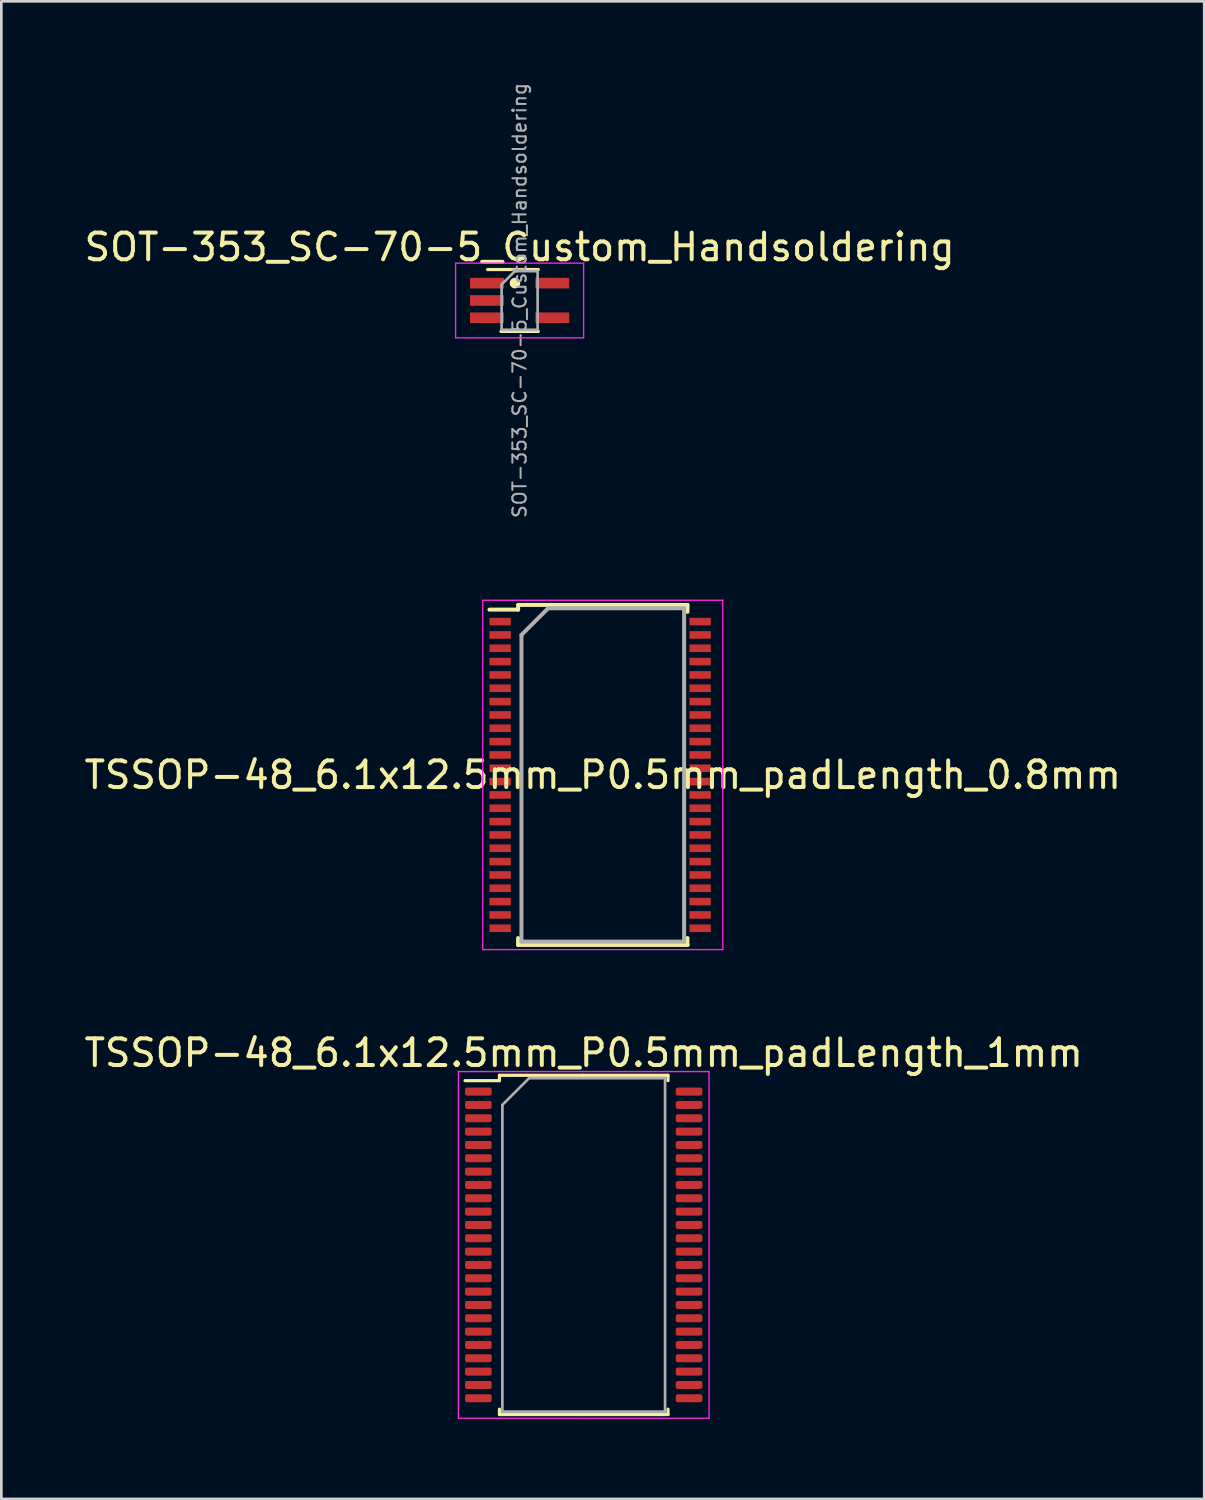
<source format=kicad_pcb>
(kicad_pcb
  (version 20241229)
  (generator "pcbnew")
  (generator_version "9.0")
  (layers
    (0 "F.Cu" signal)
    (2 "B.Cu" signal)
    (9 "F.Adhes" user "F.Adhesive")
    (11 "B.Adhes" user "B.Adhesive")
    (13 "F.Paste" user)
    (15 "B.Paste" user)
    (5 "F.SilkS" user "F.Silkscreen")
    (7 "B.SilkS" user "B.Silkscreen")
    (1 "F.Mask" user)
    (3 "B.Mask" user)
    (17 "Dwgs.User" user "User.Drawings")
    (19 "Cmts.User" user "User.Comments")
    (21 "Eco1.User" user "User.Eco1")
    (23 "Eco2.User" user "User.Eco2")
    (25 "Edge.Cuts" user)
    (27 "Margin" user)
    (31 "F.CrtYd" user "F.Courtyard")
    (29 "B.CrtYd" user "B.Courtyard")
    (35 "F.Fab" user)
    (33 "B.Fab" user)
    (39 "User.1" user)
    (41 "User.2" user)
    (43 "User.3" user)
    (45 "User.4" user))
  (footprint "TSSOP-48_6.1x12.5mm_P0.5mm_padLength_1mm"
    (layer "F.Cu")
    (at 18.839 43.633)
    (property "Reference" "TSSOP-48_6.1x12.5mm_P0.5mm_padLength_1mm" (at 0 -7.2 180) (layer "F.SilkS") (effects (font (size 1 1) (thickness 0.15))))
    (attr smd)
    (fp_line (start -3.16 -6.36) (end -3.16 -6.16) (stroke (width 0.12) (type solid)) (layer "F.SilkS"))
    (fp_line (start -3.16 -6.16) (end -4.45 -6.16) (stroke (width 0.12) (type solid)) (layer "F.SilkS"))
    (fp_line (start -3.16 6.36) (end -3.16 6.16) (stroke (width 0.12) (type solid)) (layer "F.SilkS"))
    (fp_line (start 0 -6.36) (end -3.16 -6.36) (stroke (width 0.12) (type solid)) (layer "F.SilkS"))
    (fp_line (start 0 -6.36) (end 3.16 -6.36) (stroke (width 0.12) (type solid)) (layer "F.SilkS"))
    (fp_line (start 0 6.36) (end -3.16 6.36) (stroke (width 0.12) (type solid)) (layer "F.SilkS"))
    (fp_line (start 0 6.36) (end 3.16 6.36) (stroke (width 0.12) (type solid)) (layer "F.SilkS"))
    (fp_line (start 3.16 -6.36) (end 3.16 -6.16) (stroke (width 0.12) (type solid)) (layer "F.SilkS"))
    (fp_line (start 3.16 6.36) (end 3.16 6.16) (stroke (width 0.12) (type solid)) (layer "F.SilkS"))
    (fp_line (start -4.7 -6.5) (end -4.7 6.5) (stroke (width 0.05) (type solid)) (layer "F.CrtYd"))
    (fp_line (start -4.7 6.5) (end 4.7 6.5) (stroke (width 0.05) (type solid)) (layer "F.CrtYd"))
    (fp_line (start 4.7 -6.5) (end -4.7 -6.5) (stroke (width 0.05) (type solid)) (layer "F.CrtYd"))
    (fp_line (start 4.7 6.5) (end 4.7 -6.5) (stroke (width 0.05) (type solid)) (layer "F.CrtYd"))
    (fp_line (start -3.05 -5.25) (end -2.05 -6.25) (stroke (width 0.1) (type solid)) (layer "F.Fab"))
    (fp_line (start -3.05 6.25) (end -3.05 -5.25) (stroke (width 0.1) (type solid)) (layer "F.Fab"))
    (fp_line (start -2.05 -6.25) (end 3.05 -6.25) (stroke (width 0.1) (type solid)) (layer "F.Fab"))
    (fp_line (start 3.05 -6.25) (end 3.05 6.25) (stroke (width 0.1) (type solid)) (layer "F.Fab"))
    (fp_line (start 3.05 6.25) (end -3.05 6.25) (stroke (width 0.1) (type solid)) (layer "F.Fab"))
    (pad "1" smd roundrect (at -3.95 -5.75) (size 1 0.3) (layers "F.Cu" "F.Mask" "F.Paste") (roundrect_rratio 0.25))
    (pad "2" smd roundrect (at -3.95 -5.25) (size 1 0.3) (layers "F.Cu" "F.Mask" "F.Paste") (roundrect_rratio 0.25))
    (pad "3" smd roundrect (at -3.95 -4.75) (size 1 0.3) (layers "F.Cu" "F.Mask" "F.Paste") (roundrect_rratio 0.25))
    (pad "4" smd roundrect (at -3.95 -4.25) (size 1 0.3) (layers "F.Cu" "F.Mask" "F.Paste") (roundrect_rratio 0.25))
    (pad "5" smd roundrect (at -3.95 -3.75) (size 1 0.3) (layers "F.Cu" "F.Mask" "F.Paste") (roundrect_rratio 0.25))
    (pad "6" smd roundrect (at -3.95 -3.25) (size 1 0.3) (layers "F.Cu" "F.Mask" "F.Paste") (roundrect_rratio 0.25))
    (pad "7" smd roundrect (at -3.95 -2.75) (size 1 0.3) (layers "F.Cu" "F.Mask" "F.Paste") (roundrect_rratio 0.25))
    (pad "8" smd roundrect (at -3.95 -2.25) (size 1 0.3) (layers "F.Cu" "F.Mask" "F.Paste") (roundrect_rratio 0.25))
    (pad "9" smd roundrect (at -3.95 -1.75) (size 1 0.3) (layers "F.Cu" "F.Mask" "F.Paste") (roundrect_rratio 0.25))
    (pad "10" smd roundrect (at -3.95 -1.25) (size 1 0.3) (layers "F.Cu" "F.Mask" "F.Paste") (roundrect_rratio 0.25))
    (pad "11" smd roundrect (at -3.95 -0.75) (size 1 0.3) (layers "F.Cu" "F.Mask" "F.Paste") (roundrect_rratio 0.25))
    (pad "12" smd roundrect (at -3.95 -0.25) (size 1 0.3) (layers "F.Cu" "F.Mask" "F.Paste") (roundrect_rratio 0.25))
    (pad "13" smd roundrect (at -3.95 0.25) (size 1 0.3) (layers "F.Cu" "F.Mask" "F.Paste") (roundrect_rratio 0.25))
    (pad "14" smd roundrect (at -3.95 0.75) (size 1 0.3) (layers "F.Cu" "F.Mask" "F.Paste") (roundrect_rratio 0.25))
    (pad "15" smd roundrect (at -3.95 1.25) (size 1 0.3) (layers "F.Cu" "F.Mask" "F.Paste") (roundrect_rratio 0.25))
    (pad "16" smd roundrect (at -3.95 1.75) (size 1 0.3) (layers "F.Cu" "F.Mask" "F.Paste") (roundrect_rratio 0.25))
    (pad "17" smd roundrect (at -3.95 2.25) (size 1 0.3) (layers "F.Cu" "F.Mask" "F.Paste") (roundrect_rratio 0.25))
    (pad "18" smd roundrect (at -3.95 2.75) (size 1 0.3) (layers "F.Cu" "F.Mask" "F.Paste") (roundrect_rratio 0.25))
    (pad "19" smd roundrect (at -3.95 3.25) (size 1 0.3) (layers "F.Cu" "F.Mask" "F.Paste") (roundrect_rratio 0.25))
    (pad "20" smd roundrect (at -3.95 3.75) (size 1 0.3) (layers "F.Cu" "F.Mask" "F.Paste") (roundrect_rratio 0.25))
    (pad "21" smd roundrect (at -3.95 4.25) (size 1 0.3) (layers "F.Cu" "F.Mask" "F.Paste") (roundrect_rratio 0.25))
    (pad "22" smd roundrect (at -3.95 4.75) (size 1 0.3) (layers "F.Cu" "F.Mask" "F.Paste") (roundrect_rratio 0.25))
    (pad "23" smd roundrect (at -3.95 5.25) (size 1 0.3) (layers "F.Cu" "F.Mask" "F.Paste") (roundrect_rratio 0.25))
    (pad "24" smd roundrect (at -3.95 5.75) (size 1 0.3) (layers "F.Cu" "F.Mask" "F.Paste") (roundrect_rratio 0.25))
    (pad "25" smd roundrect (at 3.95 5.75) (size 1 0.3) (layers "F.Cu" "F.Mask" "F.Paste") (roundrect_rratio 0.25))
    (pad "26" smd roundrect (at 3.95 5.25) (size 1 0.3) (layers "F.Cu" "F.Mask" "F.Paste") (roundrect_rratio 0.25))
    (pad "27" smd roundrect (at 3.95 4.75) (size 1 0.3) (layers "F.Cu" "F.Mask" "F.Paste") (roundrect_rratio 0.25))
    (pad "28" smd roundrect (at 3.95 4.25) (size 1 0.3) (layers "F.Cu" "F.Mask" "F.Paste") (roundrect_rratio 0.25))
    (pad "29" smd roundrect (at 3.95 3.75) (size 1 0.3) (layers "F.Cu" "F.Mask" "F.Paste") (roundrect_rratio 0.25))
    (pad "30" smd roundrect (at 3.95 3.25) (size 1 0.3) (layers "F.Cu" "F.Mask" "F.Paste") (roundrect_rratio 0.25))
    (pad "31" smd roundrect (at 3.95 2.75) (size 1 0.3) (layers "F.Cu" "F.Mask" "F.Paste") (roundrect_rratio 0.25))
    (pad "32" smd roundrect (at 3.95 2.25) (size 1 0.3) (layers "F.Cu" "F.Mask" "F.Paste") (roundrect_rratio 0.25))
    (pad "33" smd roundrect (at 3.95 1.75) (size 1 0.3) (layers "F.Cu" "F.Mask" "F.Paste") (roundrect_rratio 0.25))
    (pad "34" smd roundrect (at 3.95 1.25) (size 1 0.3) (layers "F.Cu" "F.Mask" "F.Paste") (roundrect_rratio 0.25))
    (pad "35" smd roundrect (at 3.95 0.75) (size 1 0.3) (layers "F.Cu" "F.Mask" "F.Paste") (roundrect_rratio 0.25))
    (pad "36" smd roundrect (at 3.95 0.25) (size 1 0.3) (layers "F.Cu" "F.Mask" "F.Paste") (roundrect_rratio 0.25))
    (pad "37" smd roundrect (at 3.95 -0.25) (size 1 0.3) (layers "F.Cu" "F.Mask" "F.Paste") (roundrect_rratio 0.25))
    (pad "38" smd roundrect (at 3.95 -0.75) (size 1 0.3) (layers "F.Cu" "F.Mask" "F.Paste") (roundrect_rratio 0.25))
    (pad "39" smd roundrect (at 3.95 -1.25) (size 1 0.3) (layers "F.Cu" "F.Mask" "F.Paste") (roundrect_rratio 0.25))
    (pad "40" smd roundrect (at 3.95 -1.75) (size 1 0.3) (layers "F.Cu" "F.Mask" "F.Paste") (roundrect_rratio 0.25))
    (pad "41" smd roundrect (at 3.95 -2.25) (size 1 0.3) (layers "F.Cu" "F.Mask" "F.Paste") (roundrect_rratio 0.25))
    (pad "42" smd roundrect (at 3.95 -2.75) (size 1 0.3) (layers "F.Cu" "F.Mask" "F.Paste") (roundrect_rratio 0.25))
    (pad "43" smd roundrect (at 3.95 -3.25) (size 1 0.3) (layers "F.Cu" "F.Mask" "F.Paste") (roundrect_rratio 0.25))
    (pad "44" smd roundrect (at 3.95 -3.75) (size 1 0.3) (layers "F.Cu" "F.Mask" "F.Paste") (roundrect_rratio 0.25))
    (pad "45" smd roundrect (at 3.95 -4.25) (size 1 0.3) (layers "F.Cu" "F.Mask" "F.Paste") (roundrect_rratio 0.25))
    (pad "46" smd roundrect (at 3.95 -4.75) (size 1 0.3) (layers "F.Cu" "F.Mask" "F.Paste") (roundrect_rratio 0.25))
    (pad "47" smd roundrect (at 3.95 -5.25) (size 1 0.3) (layers "F.Cu" "F.Mask" "F.Paste") (roundrect_rratio 0.25))
    (pad "48" smd roundrect (at 3.95 -5.75) (size 1 0.3) (layers "F.Cu" "F.Mask" "F.Paste") (roundrect_rratio 0.25)))
  (footprint "SOT-353_SC-70-5_Custom_Handsoldering"
    (layer "F.Cu")
    (at 16.435 8.217)
    (property "Reference" "SOT-353_SC-70-5_Custom_Handsoldering" (at 0 -2 0) (layer "F.SilkS") (effects (font (size 1 1) (thickness 0.15))))
    (attr smd)
    (fp_line (start -0.7 1.16) (end 0.7 1.16) (stroke (width 0.12) (type solid)) (layer "F.SilkS"))
    (fp_line (start 0.7 -1.16) (end -1.2 -1.16) (stroke (width 0.12) (type solid)) (layer "F.SilkS"))
    (fp_circle (center -0.175 -0.65) (end -0.075 -0.65) (stroke (width 0.2) (type solid)) (fill no) (layer "F.SilkS"))
    (fp_line (start -2.4 -1.4) (end -2.4 1.4) (stroke (width 0.05) (type solid)) (layer "F.CrtYd"))
    (fp_line (start -2.4 -1.4) (end 2.4 -1.4) (stroke (width 0.05) (type solid)) (layer "F.CrtYd"))
    (fp_line (start -2.4 1.4) (end 2.4 1.4) (stroke (width 0.05) (type solid)) (layer "F.CrtYd"))
    (fp_line (start 2.4 1.4) (end 2.4 -1.4) (stroke (width 0.05) (type solid)) (layer "F.CrtYd"))
    (fp_line (start -0.675 -0.6) (end -0.675 1.1) (stroke (width 0.1) (type solid)) (layer "F.Fab"))
    (fp_line (start -0.175 -1.1) (end -0.675 -0.6) (stroke (width 0.1) (type solid)) (layer "F.Fab"))
    (fp_line (start 0.675 -1.1) (end -0.175 -1.1) (stroke (width 0.1) (type solid)) (layer "F.Fab"))
    (fp_line (start 0.675 -1.1) (end 0.675 1.1) (stroke (width 0.1) (type solid)) (layer "F.Fab"))
    (fp_line (start 0.675 1.1) (end -0.675 1.1) (stroke (width 0.1) (type solid)) (layer "F.Fab"))
    (fp_text user "${REFERENCE}" (at 0 0 270) (layer "F.Fab") (effects (font (size 0.5 0.5) (thickness 0.075))))
    (pad "1" smd rect (at -1.225 -0.65) (size 1.27 0.4) (layers "F.Cu" "F.Mask" "F.Paste"))
    (pad "2" smd rect (at -1.225 0) (size 1.27 0.4) (layers "F.Cu" "F.Mask" "F.Paste"))
    (pad "3" smd rect (at -1.225 0.65) (size 1.27 0.4) (layers "F.Cu" "F.Mask" "F.Paste"))
    (pad "4" smd rect (at 1.225 0.65) (size 1.27 0.4) (layers "F.Cu" "F.Mask" "F.Paste"))
    (pad "5" smd rect (at 1.225 -0.65) (size 1.27 0.4) (layers "F.Cu" "F.Mask" "F.Paste")))
  (footprint "TSSOP-48_6.1x12.5mm_P0.5mm_padLength_0.8mm"
    (layer "F.Cu")
    (at 19.554 26.01)
    (property "Reference" "TSSOP-48_6.1x12.5mm_P0.5mm_padLength_0.8mm" (at 0 0 180) (layer "F.SilkS") (effects (font (size 1 1) (thickness 0.15))))
    (attr smd)
    (fp_line (start -3.175 -6.375) (end -3.175 -6.2) (stroke (width 0.15) (type solid)) (layer "F.SilkS"))
    (fp_line (start -3.175 -6.375) (end 3.175 -6.375) (stroke (width 0.15) (type solid)) (layer "F.SilkS"))
    (fp_line (start -3.175 -6.2) (end -4.25 -6.2) (stroke (width 0.15) (type solid)) (layer "F.SilkS"))
    (fp_line (start -3.175 6.375) (end -3.175 6.117) (stroke (width 0.15) (type solid)) (layer "F.SilkS"))
    (fp_line (start -3.175 6.375) (end 3.175 6.375) (stroke (width 0.15) (type solid)) (layer "F.SilkS"))
    (fp_line (start 3.175 -6.375) (end 3.175 -6.117) (stroke (width 0.15) (type solid)) (layer "F.SilkS"))
    (fp_line (start 3.175 6.375) (end 3.175 6.117) (stroke (width 0.15) (type solid)) (layer "F.SilkS"))
    (fp_line (start -4.5 -6.55) (end -4.5 6.55) (stroke (width 0.05) (type solid)) (layer "F.CrtYd"))
    (fp_line (start -4.5 -6.55) (end 4.5 -6.55) (stroke (width 0.05) (type solid)) (layer "F.CrtYd"))
    (fp_line (start -4.5 6.55) (end 4.5 6.55) (stroke (width 0.05) (type solid)) (layer "F.CrtYd"))
    (fp_line (start 4.5 -6.55) (end 4.5 6.55) (stroke (width 0.05) (type solid)) (layer "F.CrtYd"))
    (fp_line (start -3.05 -5.25) (end -2.05 -6.25) (stroke (width 0.15) (type solid)) (layer "F.Fab"))
    (fp_line (start -3.05 6.25) (end -3.05 -5.25) (stroke (width 0.15) (type solid)) (layer "F.Fab"))
    (fp_line (start -2.05 -6.25) (end 3.05 -6.25) (stroke (width 0.15) (type solid)) (layer "F.Fab"))
    (fp_line (start 3.05 -6.25) (end 3.05 6.25) (stroke (width 0.15) (type solid)) (layer "F.Fab"))
    (fp_line (start 3.05 6.25) (end -3.05 6.25) (stroke (width 0.15) (type solid)) (layer "F.Fab"))
    (pad "1" smd rect (at -3.85 -5.75) (size 0.8 0.285) (layers "F.Cu" "F.Mask" "F.Paste"))
    (pad "2" smd rect (at -3.85 -5.25) (size 0.8 0.285) (layers "F.Cu" "F.Mask" "F.Paste"))
    (pad "3" smd rect (at -3.85 -4.75) (size 0.8 0.285) (layers "F.Cu" "F.Mask" "F.Paste"))
    (pad "4" smd rect (at -3.85 -4.25) (size 0.8 0.285) (layers "F.Cu" "F.Mask" "F.Paste"))
    (pad "5" smd rect (at -3.85 -3.75) (size 0.8 0.285) (layers "F.Cu" "F.Mask" "F.Paste"))
    (pad "6" smd rect (at -3.85 -3.25) (size 0.8 0.285) (layers "F.Cu" "F.Mask" "F.Paste"))
    (pad "7" smd rect (at -3.85 -2.75) (size 0.8 0.285) (layers "F.Cu" "F.Mask" "F.Paste"))
    (pad "8" smd rect (at -3.85 -2.25) (size 0.8 0.285) (layers "F.Cu" "F.Mask" "F.Paste"))
    (pad "9" smd rect (at -3.85 -1.75) (size 0.8 0.285) (layers "F.Cu" "F.Mask" "F.Paste"))
    (pad "10" smd rect (at -3.85 -1.25) (size 0.8 0.285) (layers "F.Cu" "F.Mask" "F.Paste"))
    (pad "11" smd rect (at -3.85 -0.75) (size 0.8 0.285) (layers "F.Cu" "F.Mask" "F.Paste"))
    (pad "12" smd rect (at -3.85 -0.25) (size 0.8 0.285) (layers "F.Cu" "F.Mask" "F.Paste"))
    (pad "13" smd rect (at -3.85 0.25) (size 0.8 0.285) (layers "F.Cu" "F.Mask" "F.Paste"))
    (pad "14" smd rect (at -3.85 0.75) (size 0.8 0.285) (layers "F.Cu" "F.Mask" "F.Paste"))
    (pad "15" smd rect (at -3.85 1.25) (size 0.8 0.285) (layers "F.Cu" "F.Mask" "F.Paste"))
    (pad "16" smd rect (at -3.85 1.75) (size 0.8 0.285) (layers "F.Cu" "F.Mask" "F.Paste"))
    (pad "17" smd rect (at -3.85 2.25) (size 0.8 0.285) (layers "F.Cu" "F.Mask" "F.Paste"))
    (pad "18" smd rect (at -3.85 2.75) (size 0.8 0.285) (layers "F.Cu" "F.Mask" "F.Paste"))
    (pad "19" smd rect (at -3.85 3.25) (size 0.8 0.285) (layers "F.Cu" "F.Mask" "F.Paste"))
    (pad "20" smd rect (at -3.85 3.75) (size 0.8 0.285) (layers "F.Cu" "F.Mask" "F.Paste"))
    (pad "21" smd rect (at -3.85 4.25) (size 0.8 0.285) (layers "F.Cu" "F.Mask" "F.Paste"))
    (pad "22" smd rect (at -3.85 4.75) (size 0.8 0.285) (layers "F.Cu" "F.Mask" "F.Paste"))
    (pad "23" smd rect (at -3.85 5.25) (size 0.8 0.285) (layers "F.Cu" "F.Mask" "F.Paste"))
    (pad "24" smd rect (at -3.85 5.75) (size 0.8 0.285) (layers "F.Cu" "F.Mask" "F.Paste"))
    (pad "25" smd rect (at 3.65 5.75) (size 0.8 0.285) (layers "F.Cu" "F.Mask" "F.Paste"))
    (pad "26" smd rect (at 3.65 5.25) (size 0.8 0.285) (layers "F.Cu" "F.Mask" "F.Paste"))
    (pad "27" smd rect (at 3.65 4.75) (size 0.8 0.285) (layers "F.Cu" "F.Mask" "F.Paste"))
    (pad "28" smd rect (at 3.65 4.25) (size 0.8 0.285) (layers "F.Cu" "F.Mask" "F.Paste"))
    (pad "29" smd rect (at 3.65 3.75) (size 0.8 0.285) (layers "F.Cu" "F.Mask" "F.Paste"))
    (pad "30" smd rect (at 3.65 3.25) (size 0.8 0.285) (layers "F.Cu" "F.Mask" "F.Paste"))
    (pad "31" smd rect (at 3.65 2.75) (size 0.8 0.285) (layers "F.Cu" "F.Mask" "F.Paste"))
    (pad "32" smd rect (at 3.65 2.25) (size 0.8 0.285) (layers "F.Cu" "F.Mask" "F.Paste"))
    (pad "33" smd rect (at 3.65 1.75) (size 0.8 0.285) (layers "F.Cu" "F.Mask" "F.Paste"))
    (pad "34" smd rect (at 3.65 1.25) (size 0.8 0.285) (layers "F.Cu" "F.Mask" "F.Paste"))
    (pad "35" smd rect (at 3.65 0.75) (size 0.8 0.285) (layers "F.Cu" "F.Mask" "F.Paste"))
    (pad "36" smd rect (at 3.65 0.25) (size 0.8 0.285) (layers "F.Cu" "F.Mask" "F.Paste"))
    (pad "37" smd rect (at 3.65 -0.25) (size 0.8 0.285) (layers "F.Cu" "F.Mask" "F.Paste"))
    (pad "38" smd rect (at 3.65 -0.75) (size 0.8 0.285) (layers "F.Cu" "F.Mask" "F.Paste"))
    (pad "39" smd rect (at 3.65 -1.25) (size 0.8 0.285) (layers "F.Cu" "F.Mask" "F.Paste"))
    (pad "40" smd rect (at 3.65 -1.75) (size 0.8 0.285) (layers "F.Cu" "F.Mask" "F.Paste"))
    (pad "41" smd rect (at 3.65 -2.25) (size 0.8 0.285) (layers "F.Cu" "F.Mask" "F.Paste"))
    (pad "42" smd rect (at 3.65 -2.75) (size 0.8 0.285) (layers "F.Cu" "F.Mask" "F.Paste"))
    (pad "43" smd rect (at 3.65 -3.25) (size 0.8 0.285) (layers "F.Cu" "F.Mask" "F.Paste"))
    (pad "44" smd rect (at 3.65 -3.75) (size 0.8 0.285) (layers "F.Cu" "F.Mask" "F.Paste"))
    (pad "45" smd rect (at 3.65 -4.25) (size 0.8 0.285) (layers "F.Cu" "F.Mask" "F.Paste"))
    (pad "46" smd rect (at 3.65 -4.75) (size 0.8 0.285) (layers "F.Cu" "F.Mask" "F.Paste"))
    (pad "47" smd rect (at 3.65 -5.25) (size 0.8 0.285) (layers "F.Cu" "F.Mask" "F.Paste"))
    (pad "48" smd rect (at 3.65 -5.75) (size 0.8 0.285) (layers "F.Cu" "F.Mask" "F.Paste")))
  (gr_rect
    (start -3 -3)
    (end 42.107 53.158)
    (stroke (width 0.1) (type default))
    (fill no)
    (layer "Edge.Cuts")))
</source>
